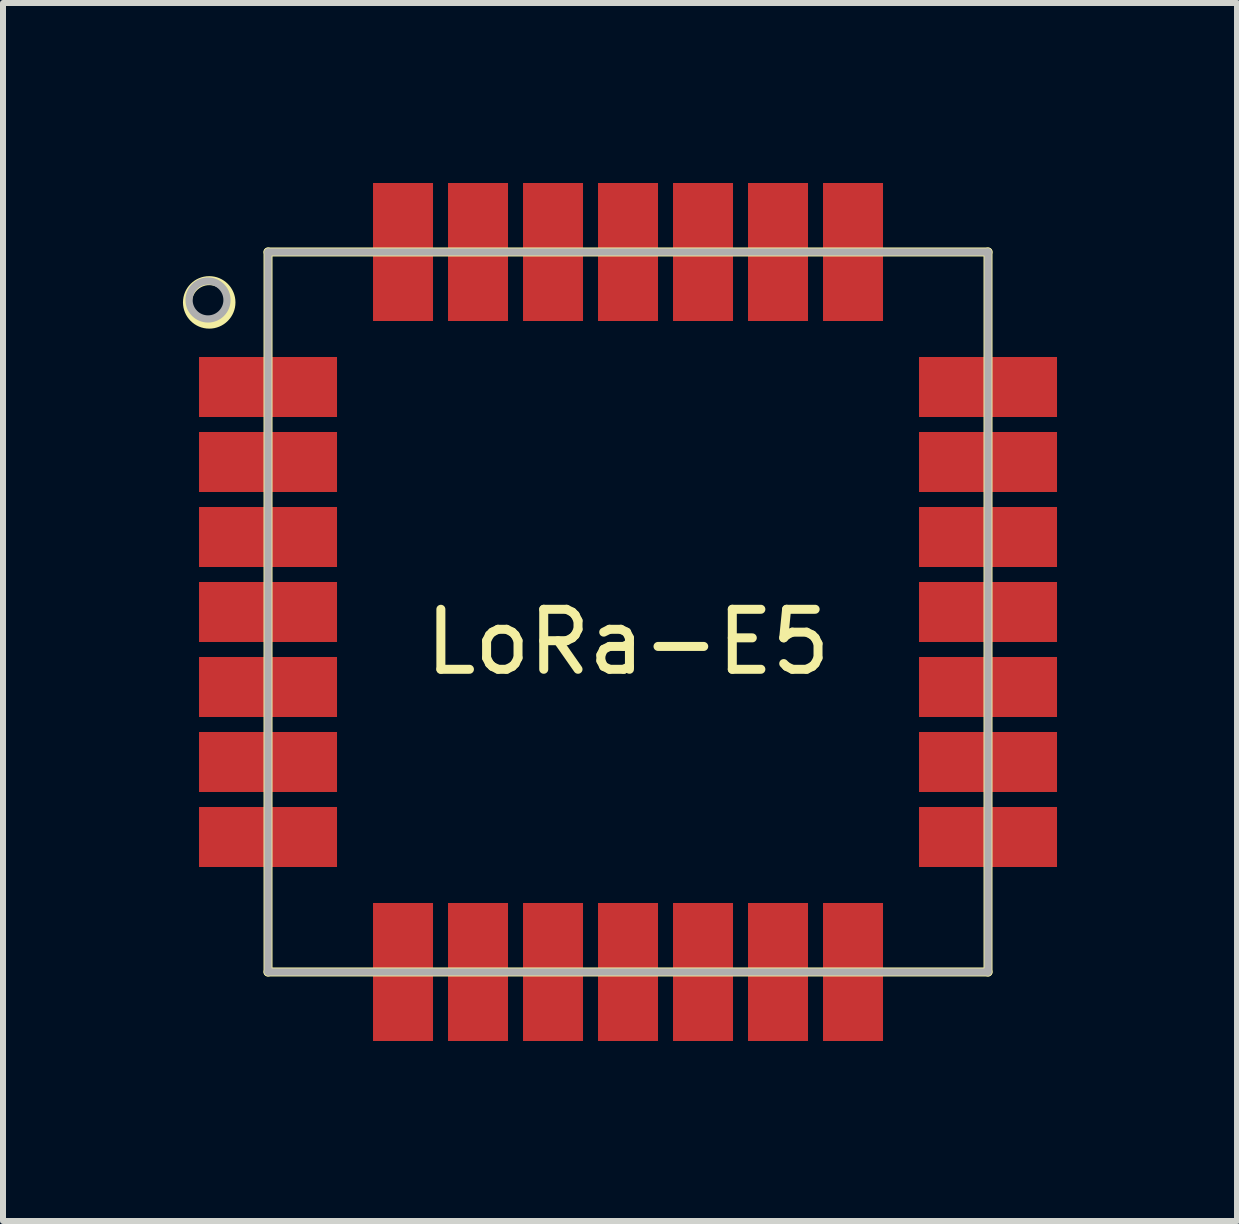
<source format=kicad_pcb>
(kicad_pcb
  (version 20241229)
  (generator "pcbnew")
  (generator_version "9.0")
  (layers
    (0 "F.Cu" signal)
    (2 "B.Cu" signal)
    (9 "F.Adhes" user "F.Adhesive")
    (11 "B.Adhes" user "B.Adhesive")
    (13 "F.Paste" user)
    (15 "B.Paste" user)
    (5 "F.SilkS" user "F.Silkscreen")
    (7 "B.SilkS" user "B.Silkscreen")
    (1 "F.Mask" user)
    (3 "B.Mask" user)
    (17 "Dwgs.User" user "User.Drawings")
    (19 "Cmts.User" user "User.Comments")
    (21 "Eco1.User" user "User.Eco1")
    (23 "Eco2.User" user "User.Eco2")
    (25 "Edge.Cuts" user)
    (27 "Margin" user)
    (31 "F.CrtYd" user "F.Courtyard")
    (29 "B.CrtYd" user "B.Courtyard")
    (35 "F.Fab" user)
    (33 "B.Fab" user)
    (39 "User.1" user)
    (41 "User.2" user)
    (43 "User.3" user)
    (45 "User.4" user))
  (footprint "LoRa-E5"
    (layer "F.Cu")
    (at 7.417 7.15)
    (property "Reference" "LoRa-E5" (at 0 0.5 0) (layer "F.SilkS") (effects (font (size 1 1) (thickness 0.15))))
    (attr through_hole)
    (fp_line (start -6 -6) (end 6 -6) (stroke (width 0.15) (type solid)) (layer "F.SilkS"))
    (fp_line (start -6 6) (end -6 -6) (stroke (width 0.15) (type solid)) (layer "F.SilkS"))
    (fp_line (start 6 -6) (end 6 6) (stroke (width 0.15) (type solid)) (layer "F.SilkS"))
    (fp_line (start 6 6) (end -6 6) (stroke (width 0.15) (type solid)) (layer "F.SilkS"))
    (fp_circle (center -6.98 -5.16) (end -6.66 -4.99) (stroke (width 0.15) (type solid)) (fill no) (layer "F.SilkS"))
    (fp_line (start -6 -6) (end 6 -6) (stroke (width 0.12) (type solid)) (layer "F.Fab"))
    (fp_line (start -6 6) (end -6 -6) (stroke (width 0.12) (type solid)) (layer "F.Fab"))
    (fp_line (start 6 -6) (end 6 6) (stroke (width 0.12) (type solid)) (layer "F.Fab"))
    (fp_line (start 6 6) (end -6 6) (stroke (width 0.12) (type solid)) (layer "F.Fab"))
    (fp_circle (center -7 -5.2) (end -6.7 -5.1) (stroke (width 0.12) (type solid)) (fill no) (layer "F.Fab"))
    (pad "1" smd rect (at -6 -3.75 90) (size 1 2.3) (layers "F.Cu" "F.Mask" "F.Paste"))
    (pad "2" smd rect (at -6 -2.5 90) (size 1 2.3) (layers "F.Cu" "F.Mask" "F.Paste"))
    (pad "3" smd rect (at -6 -1.25 90) (size 1 2.3) (layers "F.Cu" "F.Mask" "F.Paste"))
    (pad "4" smd rect (at -6 0 90) (size 1 2.3) (layers "F.Cu" "F.Mask" "F.Paste"))
    (pad "5" smd rect (at -6 1.25 90) (size 1 2.3) (layers "F.Cu" "F.Mask" "F.Paste"))
    (pad "6" smd rect (at -6 2.5 90) (size 1 2.3) (layers "F.Cu" "F.Mask" "F.Paste"))
    (pad "7" smd rect (at -6 3.75 90) (size 1 2.3) (layers "F.Cu" "F.Mask" "F.Paste"))
    (pad "8" smd rect (at -3.75 6 180) (size 1 2.3) (layers "F.Cu" "F.Mask" "F.Paste"))
    (pad "9" smd rect (at -2.5 6 180) (size 1 2.3) (layers "F.Cu" "F.Mask" "F.Paste"))
    (pad "10" smd rect (at -1.25 6 180) (size 1 2.3) (layers "F.Cu" "F.Mask" "F.Paste"))
    (pad "11" smd rect (at 0 6 180) (size 1 2.3) (layers "F.Cu" "F.Mask" "F.Paste"))
    (pad "12" smd rect (at 1.25 6 180) (size 1 2.3) (layers "F.Cu" "F.Mask" "F.Paste"))
    (pad "13" smd rect (at 2.5 6 180) (size 1 2.3) (layers "F.Cu" "F.Mask" "F.Paste"))
    (pad "14" smd rect (at 3.75 6 180) (size 1 2.3) (layers "F.Cu" "F.Mask" "F.Paste"))
    (pad "15" smd rect (at 6 3.75 270) (size 1 2.3) (layers "F.Cu" "F.Mask" "F.Paste"))
    (pad "16" smd rect (at 6 2.5 270) (size 1 2.3) (layers "F.Cu" "F.Mask" "F.Paste"))
    (pad "17" smd rect (at 6 1.25 270) (size 1 2.3) (layers "F.Cu" "F.Mask" "F.Paste"))
    (pad "18" smd rect (at 6 0 270) (size 1 2.3) (layers "F.Cu" "F.Mask" "F.Paste"))
    (pad "19" smd rect (at 6 -1.25 270) (size 1 2.3) (layers "F.Cu" "F.Mask" "F.Paste"))
    (pad "20" smd rect (at 6 -2.5 270) (size 1 2.3) (layers "F.Cu" "F.Mask" "F.Paste"))
    (pad "21" smd rect (at 6 -3.75 270) (size 1 2.3) (layers "F.Cu" "F.Mask" "F.Paste"))
    (pad "22" smd rect (at 3.75 -6) (size 1 2.3) (layers "F.Cu" "F.Mask" "F.Paste"))
    (pad "23" smd rect (at 2.5 -6) (size 1 2.3) (layers "F.Cu" "F.Mask" "F.Paste"))
    (pad "24" smd rect (at 1.25 -6) (size 1 2.3) (layers "F.Cu" "F.Mask" "F.Paste"))
    (pad "25" smd rect (at 0 -6) (size 1 2.3) (layers "F.Cu" "F.Mask" "F.Paste"))
    (pad "26" smd rect (at -1.25 -6) (size 1 2.3) (layers "F.Cu" "F.Mask" "F.Paste"))
    (pad "27" smd rect (at -2.5 -6) (size 1 2.3) (layers "F.Cu" "F.Mask" "F.Paste"))
    (pad "28" smd rect (at -3.75 -6) (size 1 2.3) (layers "F.Cu" "F.Mask" "F.Paste")))
  (gr_rect
    (start -3 -3)
    (end 17.567 17.3)
    (stroke (width 0.1) (type default))
    (fill no)
    (layer "Edge.Cuts")))
</source>
